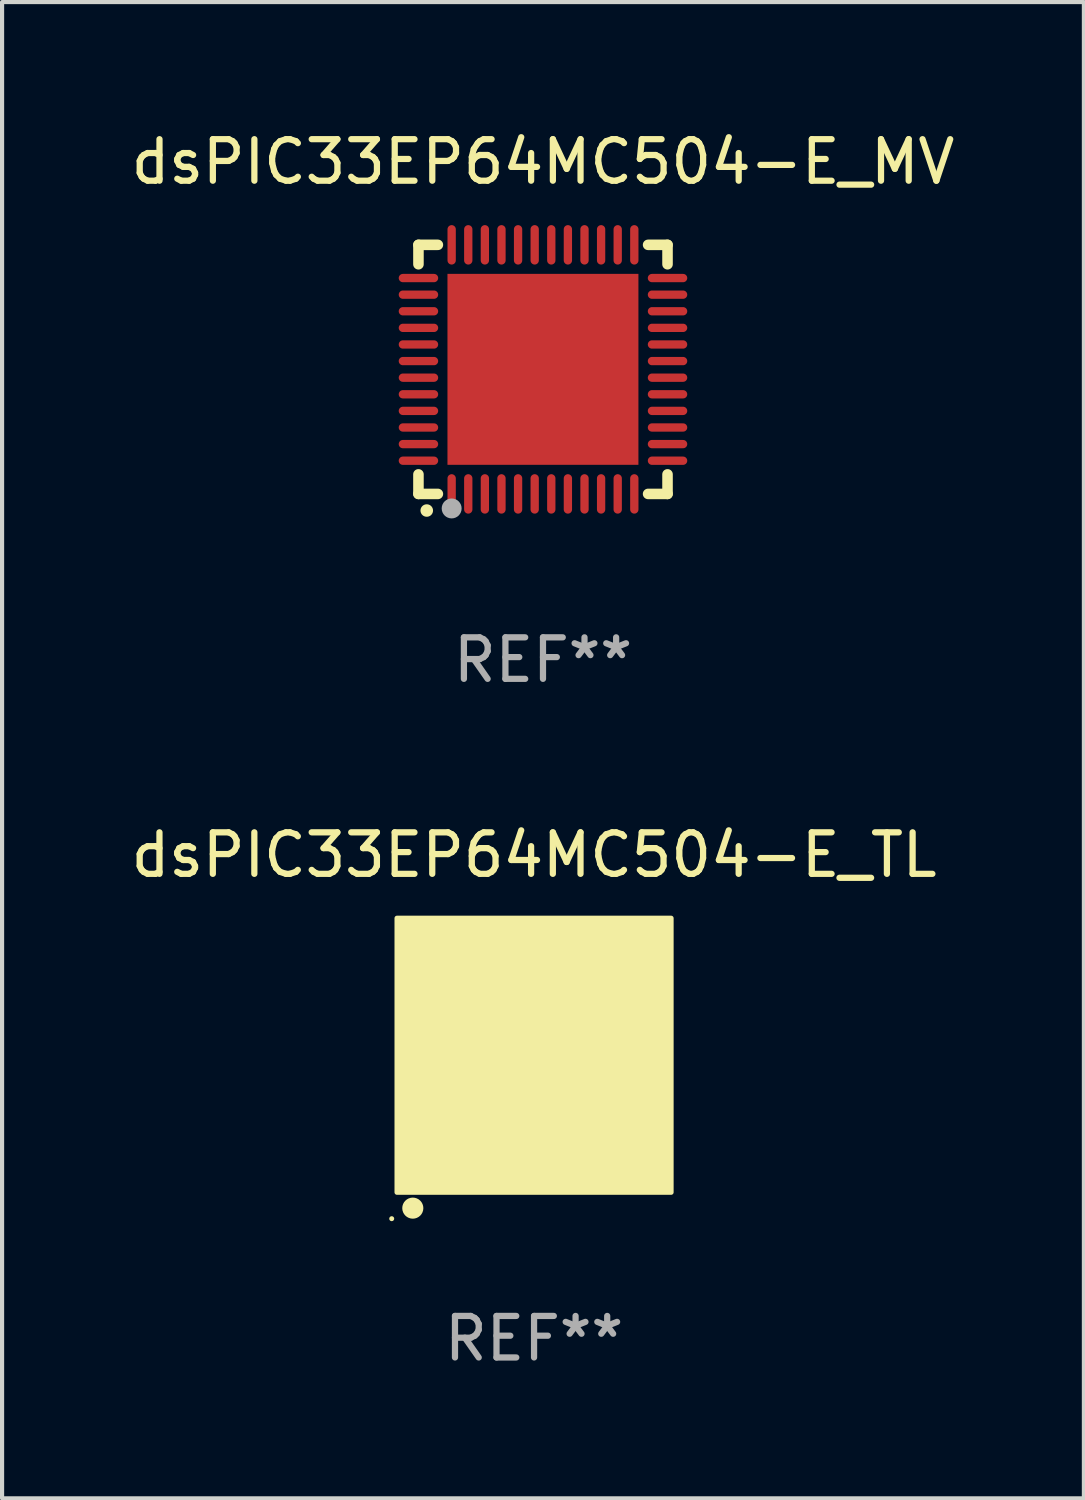
<source format=kicad_pcb>
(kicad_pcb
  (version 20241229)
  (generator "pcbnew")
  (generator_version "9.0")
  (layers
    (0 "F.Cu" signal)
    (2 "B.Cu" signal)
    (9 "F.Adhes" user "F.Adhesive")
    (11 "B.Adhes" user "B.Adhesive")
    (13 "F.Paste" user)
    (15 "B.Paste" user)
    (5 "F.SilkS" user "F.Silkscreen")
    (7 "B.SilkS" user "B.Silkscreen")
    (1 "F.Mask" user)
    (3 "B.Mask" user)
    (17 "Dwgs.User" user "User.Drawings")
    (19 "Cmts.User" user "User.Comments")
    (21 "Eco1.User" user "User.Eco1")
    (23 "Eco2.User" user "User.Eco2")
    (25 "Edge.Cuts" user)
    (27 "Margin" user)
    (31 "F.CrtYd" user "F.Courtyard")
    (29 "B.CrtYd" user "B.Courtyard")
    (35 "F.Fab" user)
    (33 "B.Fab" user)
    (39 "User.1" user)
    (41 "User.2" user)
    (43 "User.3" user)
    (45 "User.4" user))
  (footprint "dsPIC33EP64MC504-E_TL"
    (layer "F.Cu")
    (at 9.815 22.37)
    (property "Reference" "dsPIC33EP64MC504-E_TL" (at 0 -4.825 0) (layer "F.SilkS") (effects (font (size 1 1) (thickness 0.15))))
    (attr through_hole)
    (fp_circle (center -3.429 3.937) (end -3.399 3.937) (stroke (width 0.06) (type solid)) (fill no) (layer "F.SilkS"))
    (fp_circle (center -2.921 3.683) (end -2.794 3.683) (stroke (width 0.254) (type solid)) (fill no) (layer "F.SilkS"))
    (fp_poly (pts (xy -3.302 -3.302) (xy 3.302 -3.302) (xy 3.302 3.302) (xy -3.302 3.302)) (stroke (width 0.12) (type solid)) (fill yes) (layer "F.SilkS"))
    (fp_text user "REF**" (at 0 6.825 0) (layer "F.Fab") (effects (font (size 1 1) (thickness 0.15))))
    (pad "1" smd rect (at -2.25 2.825) (size 0.3 0.45) (layers "F.Cu" "F.Mask" "F.Paste"))
    (pad "2" smd rect (at -1.75 2.825) (size 0.3 0.45) (layers "F.Cu" "F.Mask" "F.Paste"))
    (pad "3" smd rect (at -1.25 2.825) (size 0.3 0.45) (layers "F.Cu" "F.Mask" "F.Paste"))
    (pad "4" smd rect (at -0.75 2.825) (size 0.3 0.45) (layers "F.Cu" "F.Mask" "F.Paste"))
    (pad "5" smd rect (at -0.25 2.825) (size 0.3 0.45) (layers "F.Cu" "F.Mask" "F.Paste"))
    (pad "6" smd rect (at 0.25 2.825) (size 0.3 0.45) (layers "F.Cu" "F.Mask" "F.Paste"))
    (pad "7" smd rect (at 0.75 2.825) (size 0.3 0.45) (layers "F.Cu" "F.Mask" "F.Paste"))
    (pad "8" smd rect (at 1.25 2.825) (size 0.3 0.45) (layers "F.Cu" "F.Mask" "F.Paste"))
    (pad "9" smd rect (at 1.75 2.825) (size 0.3 0.45) (layers "F.Cu" "F.Mask" "F.Paste"))
    (pad "10" smd rect (at 2.25 2.825) (size 0.3 0.45) (layers "F.Cu" "F.Mask" "F.Paste"))
    (pad "11" smd rect (at 2.825 2.825 90) (size 0.45 0.45) (layers "F.Cu" "F.Mask" "F.Paste"))
    (pad "12" smd rect (at 2.825 2.25 90) (size 0.3 0.45) (layers "F.Cu" "F.Mask" "F.Paste"))
    (pad "13" smd rect (at 2.825 1.75 90) (size 0.3 0.45) (layers "F.Cu" "F.Mask" "F.Paste"))
    (pad "14" smd rect (at 2.825 1.25 90) (size 0.3 0.45) (layers "F.Cu" "F.Mask" "F.Paste"))
    (pad "15" smd rect (at 2.825 0.75 90) (size 0.3 0.45) (layers "F.Cu" "F.Mask" "F.Paste"))
    (pad "16" smd rect (at 2.825 0.25 90) (size 0.3 0.45) (layers "F.Cu" "F.Mask" "F.Paste"))
    (pad "17" smd rect (at 2.825 -0.25 90) (size 0.3 0.45) (layers "F.Cu" "F.Mask" "F.Paste"))
    (pad "18" smd rect (at 2.825 -0.75 90) (size 0.3 0.45) (layers "F.Cu" "F.Mask" "F.Paste"))
    (pad "19" smd rect (at 2.825 -1.25 90) (size 0.3 0.45) (layers "F.Cu" "F.Mask" "F.Paste"))
    (pad "20" smd rect (at 2.825 -1.75 90) (size 0.3 0.45) (layers "F.Cu" "F.Mask" "F.Paste"))
    (pad "21" smd rect (at 2.825 -2.25 90) (size 0.3 0.45) (layers "F.Cu" "F.Mask" "F.Paste"))
    (pad "22" smd rect (at 2.825 -2.825 90) (size 0.45 0.45) (layers "F.Cu" "F.Mask" "F.Paste"))
    (pad "23" smd rect (at 2.25 -2.825) (size 0.3 0.45) (layers "F.Cu" "F.Mask" "F.Paste"))
    (pad "24" smd rect (at 1.75 -2.825) (size 0.3 0.45) (layers "F.Cu" "F.Mask" "F.Paste"))
    (pad "25" smd rect (at 1.25 -2.825) (size 0.3 0.45) (layers "F.Cu" "F.Mask" "F.Paste"))
    (pad "26" smd rect (at 0.75 -2.825) (size 0.3 0.45) (layers "F.Cu" "F.Mask" "F.Paste"))
    (pad "27" smd rect (at 0.25 -2.825) (size 0.3 0.45) (layers "F.Cu" "F.Mask" "F.Paste"))
    (pad "28" smd rect (at -0.25 -2.825) (size 0.3 0.45) (layers "F.Cu" "F.Mask" "F.Paste"))
    (pad "29" smd rect (at -0.75 -2.825) (size 0.3 0.45) (layers "F.Cu" "F.Mask" "F.Paste"))
    (pad "30" smd rect (at -1.25 -2.825) (size 0.3 0.45) (layers "F.Cu" "F.Mask" "F.Paste"))
    (pad "31" smd rect (at -1.75 -2.825) (size 0.3 0.45) (layers "F.Cu" "F.Mask" "F.Paste"))
    (pad "32" smd rect (at -2.25 -2.825) (size 0.3 0.45) (layers "F.Cu" "F.Mask" "F.Paste"))
    (pad "33" smd rect (at -2.825 -2.825 90) (size 0.45 0.45) (layers "F.Cu" "F.Mask" "F.Paste"))
    (pad "34" smd rect (at -2.825 -2.25 90) (size 0.3 0.45) (layers "F.Cu" "F.Mask" "F.Paste"))
    (pad "35" smd rect (at -2.825 -1.75 90) (size 0.3 0.45) (layers "F.Cu" "F.Mask" "F.Paste"))
    (pad "36" smd rect (at -2.825 -1.25 90) (size 0.3 0.45) (layers "F.Cu" "F.Mask" "F.Paste"))
    (pad "37" smd rect (at -2.825 -0.75 90) (size 0.3 0.45) (layers "F.Cu" "F.Mask" "F.Paste"))
    (pad "38" smd rect (at -2.825 -0.25 90) (size 0.3 0.45) (layers "F.Cu" "F.Mask" "F.Paste"))
    (pad "39" smd rect (at -2.825 0.25 90) (size 0.3 0.45) (layers "F.Cu" "F.Mask" "F.Paste"))
    (pad "40" smd rect (at -2.825 0.75 90) (size 0.3 0.45) (layers "F.Cu" "F.Mask" "F.Paste"))
    (pad "41" smd rect (at -2.825 1.25 90) (size 0.3 0.45) (layers "F.Cu" "F.Mask" "F.Paste"))
    (pad "42" smd rect (at -2.825 1.75 90) (size 0.3 0.45) (layers "F.Cu" "F.Mask" "F.Paste"))
    (pad "43" smd rect (at -2.825 2.25 90) (size 0.3 0.45) (layers "F.Cu" "F.Mask" "F.Paste"))
    (pad "44" smd rect (at -2.825 2.825 90) (size 0.45 0.45) (layers "F.Cu" "F.Mask" "F.Paste"))
    (pad "45" smd rect (at 0 0 90) (size 4.6 4.6) (layers "F.Cu" "F.Mask" "F.Paste")))
  (footprint "dsPIC33EP64MC504-E_MV"
    (layer "F.Cu")
    (at 10.03 5.848)
    (property "Reference" "dsPIC33EP64MC504-E_MV" (at 0 -5 0) (layer "F.SilkS") (effects (font (size 1 1) (thickness 0.15))))
    (attr through_hole)
    (fp_line (start -3 -3) (end -2.532 -3) (stroke (width 0.254) (type solid)) (layer "F.SilkS"))
    (fp_line (start -3 -2.532) (end -3 -3) (stroke (width 0.254) (type solid)) (layer "F.SilkS"))
    (fp_line (start -3 3) (end -3 2.529) (stroke (width 0.254) (type solid)) (layer "F.SilkS"))
    (fp_line (start -2.532 3) (end -3 3) (stroke (width 0.254) (type solid)) (layer "F.SilkS"))
    (fp_line (start 2.532 -3) (end 3 -3) (stroke (width 0.254) (type solid)) (layer "F.SilkS"))
    (fp_line (start 3 -3) (end 3 -2.532) (stroke (width 0.254) (type solid)) (layer "F.SilkS"))
    (fp_line (start 3 2.529) (end 3 3) (stroke (width 0.254) (type solid)) (layer "F.SilkS"))
    (fp_line (start 3 3) (end 2.532 3) (stroke (width 0.254) (type solid)) (layer "F.SilkS"))
    (fp_arc (start -2.801295 3.400025) (mid -2.800025 3.40002) (end -2.798755 3.400025) (stroke (width 0.3) (type solid)) (layer "F.SilkS"))
    (fp_circle (center -3 3) (end -2.97 3) (stroke (width 0.06) (type solid)) (fill no) (layer "F.SilkS"))
    (fp_circle (center -2.2 3.35) (end -2.08 3.35) (stroke (width 0.24) (type solid)) (fill no) (layer "F.Fab"))
    (fp_text user "REF**" (at 0 7 0) (layer "F.Fab") (effects (font (size 1 1) (thickness 0.15))))
    (pad "1" smd oval (at -2.2 3) (size 0.2 0.95) (layers "F.Cu" "F.Mask" "F.Paste"))
    (pad "2" smd oval (at -1.8 3) (size 0.2 0.95) (layers "F.Cu" "F.Mask" "F.Paste"))
    (pad "3" smd oval (at -1.4 3) (size 0.2 0.95) (layers "F.Cu" "F.Mask" "F.Paste"))
    (pad "4" smd oval (at -1 3) (size 0.2 0.95) (layers "F.Cu" "F.Mask" "F.Paste"))
    (pad "5" smd oval (at -0.6 3) (size 0.2 0.95) (layers "F.Cu" "F.Mask" "F.Paste"))
    (pad "6" smd oval (at -0.2 3) (size 0.2 0.95) (layers "F.Cu" "F.Mask" "F.Paste"))
    (pad "7" smd oval (at 0.2 3) (size 0.2 0.95) (layers "F.Cu" "F.Mask" "F.Paste"))
    (pad "8" smd oval (at 0.6 3) (size 0.2 0.95) (layers "F.Cu" "F.Mask" "F.Paste"))
    (pad "9" smd oval (at 1 3) (size 0.2 0.95) (layers "F.Cu" "F.Mask" "F.Paste"))
    (pad "10" smd oval (at 1.4 3) (size 0.2 0.95) (layers "F.Cu" "F.Mask" "F.Paste"))
    (pad "11" smd oval (at 1.8 3) (size 0.2 0.95) (layers "F.Cu" "F.Mask" "F.Paste"))
    (pad "12" smd oval (at 2.2 3) (size 0.2 0.95) (layers "F.Cu" "F.Mask" "F.Paste"))
    (pad "13" smd oval (at 3 2.2 90) (size 0.2 0.95) (layers "F.Cu" "F.Mask" "F.Paste"))
    (pad "14" smd oval (at 3 1.8 90) (size 0.2 0.95) (layers "F.Cu" "F.Mask" "F.Paste"))
    (pad "15" smd oval (at 3 1.4 90) (size 0.2 0.95) (layers "F.Cu" "F.Mask" "F.Paste"))
    (pad "16" smd oval (at 3 1 90) (size 0.2 0.95) (layers "F.Cu" "F.Mask" "F.Paste"))
    (pad "17" smd oval (at 3 0.6 90) (size 0.2 0.95) (layers "F.Cu" "F.Mask" "F.Paste"))
    (pad "18" smd oval (at 3 0.2 90) (size 0.2 0.95) (layers "F.Cu" "F.Mask" "F.Paste"))
    (pad "19" smd oval (at 3 -0.2 90) (size 0.2 0.95) (layers "F.Cu" "F.Mask" "F.Paste"))
    (pad "20" smd oval (at 3 -0.6 90) (size 0.2 0.95) (layers "F.Cu" "F.Mask" "F.Paste"))
    (pad "21" smd oval (at 3 -1 90) (size 0.2 0.95) (layers "F.Cu" "F.Mask" "F.Paste"))
    (pad "22" smd oval (at 3 -1.4 90) (size 0.2 0.95) (layers "F.Cu" "F.Mask" "F.Paste"))
    (pad "23" smd oval (at 3 -1.8 90) (size 0.2 0.95) (layers "F.Cu" "F.Mask" "F.Paste"))
    (pad "24" smd oval (at 3 -2.2 90) (size 0.2 0.95) (layers "F.Cu" "F.Mask" "F.Paste"))
    (pad "25" smd oval (at 2.2 -3 180) (size 0.2 0.95) (layers "F.Cu" "F.Mask" "F.Paste"))
    (pad "26" smd oval (at 1.8 -3 180) (size 0.2 0.95) (layers "F.Cu" "F.Mask" "F.Paste"))
    (pad "27" smd oval (at 1.4 -3 180) (size 0.2 0.95) (layers "F.Cu" "F.Mask" "F.Paste"))
    (pad "28" smd oval (at 1 -3 180) (size 0.2 0.95) (layers "F.Cu" "F.Mask" "F.Paste"))
    (pad "29" smd oval (at 0.6 -3 180) (size 0.2 0.95) (layers "F.Cu" "F.Mask" "F.Paste"))
    (pad "30" smd oval (at 0.2 -3 180) (size 0.2 0.95) (layers "F.Cu" "F.Mask" "F.Paste"))
    (pad "31" smd oval (at -0.2 -3 180) (size 0.2 0.95) (layers "F.Cu" "F.Mask" "F.Paste"))
    (pad "32" smd oval (at -0.6 -3 180) (size 0.2 0.95) (layers "F.Cu" "F.Mask" "F.Paste"))
    (pad "33" smd oval (at -1 -3 180) (size 0.2 0.95) (layers "F.Cu" "F.Mask" "F.Paste"))
    (pad "34" smd oval (at -1.4 -3 180) (size 0.2 0.95) (layers "F.Cu" "F.Mask" "F.Paste"))
    (pad "35" smd oval (at -1.8 -3 180) (size 0.2 0.95) (layers "F.Cu" "F.Mask" "F.Paste"))
    (pad "36" smd oval (at -2.2 -3 180) (size 0.2 0.95) (layers "F.Cu" "F.Mask" "F.Paste"))
    (pad "37" smd oval (at -3 -2.2 270) (size 0.2 0.95) (layers "F.Cu" "F.Mask" "F.Paste"))
    (pad "38" smd oval (at -3 -1.8 270) (size 0.2 0.95) (layers "F.Cu" "F.Mask" "F.Paste"))
    (pad "39" smd oval (at -3 -1.4 270) (size 0.2 0.95) (layers "F.Cu" "F.Mask" "F.Paste"))
    (pad "40" smd oval (at -3 -1 270) (size 0.2 0.95) (layers "F.Cu" "F.Mask" "F.Paste"))
    (pad "41" smd oval (at -3 -0.6 270) (size 0.2 0.95) (layers "F.Cu" "F.Mask" "F.Paste"))
    (pad "42" smd oval (at -3 -0.2 270) (size 0.2 0.95) (layers "F.Cu" "F.Mask" "F.Paste"))
    (pad "43" smd oval (at -3 0.2 270) (size 0.2 0.95) (layers "F.Cu" "F.Mask" "F.Paste"))
    (pad "44" smd oval (at -3 0.6 270) (size 0.2 0.95) (layers "F.Cu" "F.Mask" "F.Paste"))
    (pad "45" smd oval (at -3 1 270) (size 0.2 0.95) (layers "F.Cu" "F.Mask" "F.Paste"))
    (pad "46" smd oval (at -3 1.4 270) (size 0.2 0.95) (layers "F.Cu" "F.Mask" "F.Paste"))
    (pad "47" smd oval (at -3 1.8 270) (size 0.2 0.95) (layers "F.Cu" "F.Mask" "F.Paste"))
    (pad "48" smd oval (at -3 2.2 270) (size 0.2 0.95) (layers "F.Cu" "F.Mask" "F.Paste"))
    (pad "49" smd rect (at -0.001 -0.001 180) (size 4.6 4.6) (layers "F.Cu" "F.Mask" "F.Paste")))
  (gr_rect
    (start -3 -3)
    (end 23.06 33.043)
    (stroke (width 0.1) (type default))
    (fill no)
    (layer "Edge.Cuts")))
</source>
